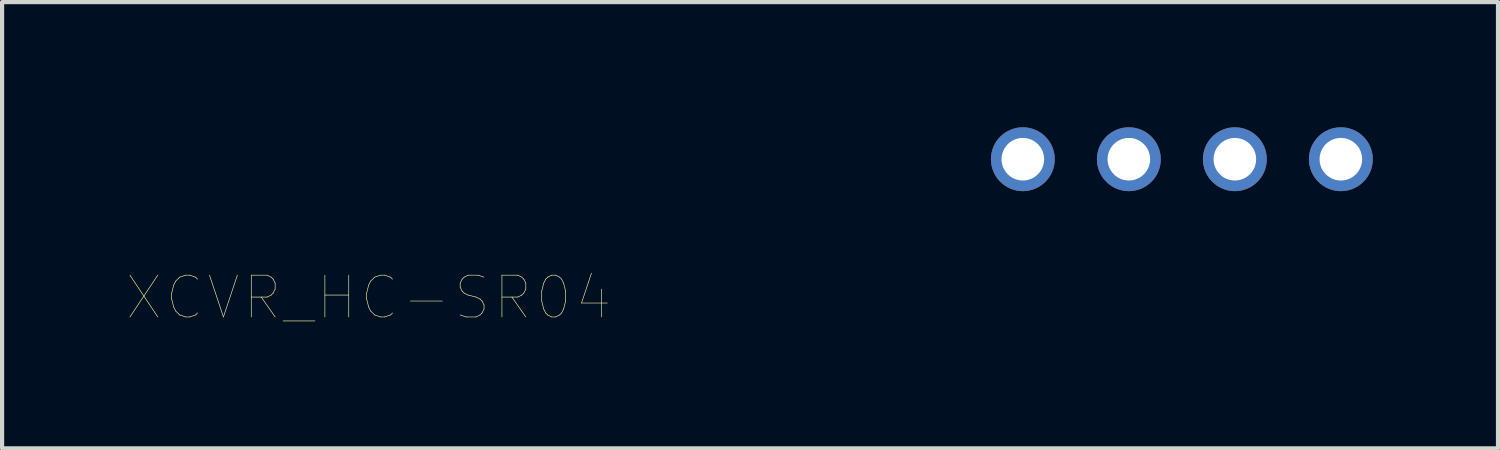
<source format=kicad_pcb>
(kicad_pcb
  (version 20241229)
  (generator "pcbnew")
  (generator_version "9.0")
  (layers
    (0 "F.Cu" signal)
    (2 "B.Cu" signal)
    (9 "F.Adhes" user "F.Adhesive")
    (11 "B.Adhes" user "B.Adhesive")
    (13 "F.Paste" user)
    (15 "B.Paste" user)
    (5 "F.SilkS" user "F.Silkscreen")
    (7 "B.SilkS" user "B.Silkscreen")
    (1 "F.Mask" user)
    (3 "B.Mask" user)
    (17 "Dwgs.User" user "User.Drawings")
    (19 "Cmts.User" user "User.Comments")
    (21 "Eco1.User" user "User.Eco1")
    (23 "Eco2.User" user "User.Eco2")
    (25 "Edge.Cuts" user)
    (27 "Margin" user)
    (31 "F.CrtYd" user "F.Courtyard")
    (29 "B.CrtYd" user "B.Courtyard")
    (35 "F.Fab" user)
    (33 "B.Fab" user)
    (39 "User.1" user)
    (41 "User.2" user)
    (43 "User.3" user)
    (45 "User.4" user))
  (footprint "XCVR_HC-SR04"
    (layer "F.Cu")
    (at 25.268 0.765)
    (property "Reference" "XCVR_HC-SR04" (at -19.485 3.317 0) (layer "F.SilkS") (effects (font (size 1.001 1.001) (thickness 0.015))))
    (attr through_hole)
    (pad "1" thru_hole circle (at -3.81 0) (size 1.53 1.53) (drill 1.02) (layers "*.Cu" "*.Mask"))
    (pad "2" thru_hole circle (at -1.27 0) (size 1.53 1.53) (drill 1.02) (layers "*.Cu" "*.Mask"))
    (pad "3" thru_hole circle (at 1.27 0) (size 1.53 1.53) (drill 1.02) (layers "*.Cu" "*.Mask"))
    (pad "4" thru_hole circle (at 3.81 0) (size 1.53 1.53) (drill 1.02) (layers "*.Cu" "*.Mask")))
  (gr_rect
    (start -3 -3)
    (end 32.843 7.693)
    (stroke (width 0.1) (type default))
    (fill no)
    (layer "Edge.Cuts")))
</source>
